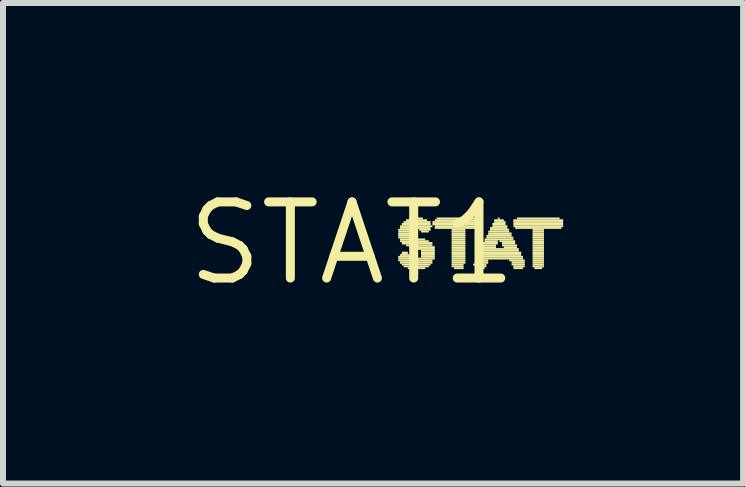
<source format=kicad_pcb>
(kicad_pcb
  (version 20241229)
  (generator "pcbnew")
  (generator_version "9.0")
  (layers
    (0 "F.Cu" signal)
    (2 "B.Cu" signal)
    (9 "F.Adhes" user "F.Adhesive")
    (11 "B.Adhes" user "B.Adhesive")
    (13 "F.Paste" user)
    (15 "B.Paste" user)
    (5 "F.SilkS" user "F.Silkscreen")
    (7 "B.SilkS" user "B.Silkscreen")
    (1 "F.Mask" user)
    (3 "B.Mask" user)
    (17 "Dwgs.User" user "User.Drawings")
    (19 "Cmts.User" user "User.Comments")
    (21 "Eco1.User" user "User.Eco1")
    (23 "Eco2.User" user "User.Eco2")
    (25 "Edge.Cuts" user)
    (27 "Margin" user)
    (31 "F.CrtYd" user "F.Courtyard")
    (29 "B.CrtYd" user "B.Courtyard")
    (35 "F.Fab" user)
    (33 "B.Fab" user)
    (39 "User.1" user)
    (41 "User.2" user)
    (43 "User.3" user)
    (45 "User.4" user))
  (footprint "STAT1"
    (layer "F.Cu")
    (at 2.819 1.006)
    (property "Reference" "STAT1" (at 0 0 0) (unlocked yes) (layer "F.SilkS") (effects (font (size 1.27 1.27) (thickness 0.15))))
    (fp_poly (pts (xy 0.77 -0.21) (xy 1.02 -0.21) (xy 1.02 -0.24) (xy 0.77 -0.24)) (stroke (width 0) (type default)) (fill yes) (layer "F.SilkS"))
    (fp_poly (pts (xy 0.77 -0.18) (xy 0.99 -0.18) (xy 0.99 -0.21) (xy 0.77 -0.21)) (stroke (width 0) (type default)) (fill yes) (layer "F.SilkS"))
    (fp_poly (pts (xy 0.77 -0.14) (xy 0.99 -0.14) (xy 0.99 -0.18) (xy 0.77 -0.18)) (stroke (width 0) (type default)) (fill yes) (layer "F.SilkS"))
    (fp_poly (pts (xy 0.77 -0.11) (xy 1.02 -0.11) (xy 1.02 -0.14) (xy 0.77 -0.14)) (stroke (width 0) (type default)) (fill yes) (layer "F.SilkS"))
    (fp_poly (pts (xy 0.77 -0.08) (xy 1.09 -0.08) (xy 1.09 -0.11) (xy 0.77 -0.11)) (stroke (width 0) (type default)) (fill yes) (layer "F.SilkS"))
    (fp_poly (pts (xy 0.77 0.24) (xy 0.99 0.24) (xy 0.99 0.21) (xy 0.77 0.21)) (stroke (width 0) (type default)) (fill yes) (layer "F.SilkS"))
    (fp_poly (pts (xy 0.77 0.27) (xy 1.38 0.27) (xy 1.38 0.24) (xy 0.77 0.24)) (stroke (width 0) (type default)) (fill yes) (layer "F.SilkS"))
    (fp_poly (pts (xy 0.77 0.3) (xy 1.34 0.3) (xy 1.34 0.27) (xy 0.77 0.27)) (stroke (width 0) (type default)) (fill yes) (layer "F.SilkS"))
    (fp_poly (pts (xy 0.8 -0.27) (xy 1.34 -0.27) (xy 1.34 -0.3) (xy 0.8 -0.3)) (stroke (width 0) (type default)) (fill yes) (layer "F.SilkS"))
    (fp_poly (pts (xy 0.8 -0.24) (xy 1.31 -0.24) (xy 1.31 -0.27) (xy 0.8 -0.27)) (stroke (width 0) (type default)) (fill yes) (layer "F.SilkS"))
    (fp_poly (pts (xy 0.8 -0.05) (xy 1.22 -0.05) (xy 1.22 -0.08) (xy 0.8 -0.08)) (stroke (width 0) (type default)) (fill yes) (layer "F.SilkS"))
    (fp_poly (pts (xy 0.8 -0.02) (xy 1.28 -0.02) (xy 1.28 -0.05) (xy 0.8 -0.05)) (stroke (width 0) (type default)) (fill yes) (layer "F.SilkS"))
    (fp_poly (pts (xy 0.8 0.21) (xy 0.96 0.21) (xy 0.96 0.18) (xy 0.8 0.18)) (stroke (width 0) (type default)) (fill yes) (layer "F.SilkS"))
    (fp_poly (pts (xy 0.8 0.34) (xy 1.34 0.34) (xy 1.34 0.3) (xy 0.8 0.3)) (stroke (width 0) (type default)) (fill yes) (layer "F.SilkS"))
    (fp_poly (pts (xy 0.83 -0.3) (xy 1.31 -0.3) (xy 1.31 -0.34) (xy 0.83 -0.34)) (stroke (width 0) (type default)) (fill yes) (layer "F.SilkS"))
    (fp_poly (pts (xy 0.83 0.02) (xy 1.34 0.02) (xy 1.34 -0.02) (xy 0.83 -0.02)) (stroke (width 0) (type default)) (fill yes) (layer "F.SilkS"))
    (fp_poly (pts (xy 0.83 0.18) (xy 0.93 0.18) (xy 0.93 0.14) (xy 0.83 0.14)) (stroke (width 0) (type default)) (fill yes) (layer "F.SilkS"))
    (fp_poly (pts (xy 0.83 0.37) (xy 1.31 0.37) (xy 1.31 0.34) (xy 0.83 0.34)) (stroke (width 0) (type default)) (fill yes) (layer "F.SilkS"))
    (fp_poly (pts (xy 0.86 -0.34) (xy 1.31 -0.34) (xy 1.31 -0.37) (xy 0.86 -0.37)) (stroke (width 0) (type default)) (fill yes) (layer "F.SilkS"))
    (fp_poly (pts (xy 0.86 0.4) (xy 1.28 0.4) (xy 1.28 0.37) (xy 0.86 0.37)) (stroke (width 0) (type default)) (fill yes) (layer "F.SilkS"))
    (fp_poly (pts (xy 0.9 -0.37) (xy 1.25 -0.37) (xy 1.25 -0.4) (xy 0.9 -0.4)) (stroke (width 0) (type default)) (fill yes) (layer "F.SilkS"))
    (fp_poly (pts (xy 0.9 0.05) (xy 1.34 0.05) (xy 1.34 0.02) (xy 0.9 0.02)) (stroke (width 0) (type default)) (fill yes) (layer "F.SilkS"))
    (fp_poly (pts (xy 0.93 0.43) (xy 1.22 0.43) (xy 1.22 0.4) (xy 0.93 0.4)) (stroke (width 0) (type default)) (fill yes) (layer "F.SilkS"))
    (fp_poly (pts (xy 0.96 -0.4) (xy 1.18 -0.4) (xy 1.18 -0.43) (xy 0.96 -0.43)) (stroke (width 0) (type default)) (fill yes) (layer "F.SilkS"))
    (fp_poly (pts (xy 0.96 0.08) (xy 1.38 0.08) (xy 1.38 0.05) (xy 0.96 0.05)) (stroke (width 0) (type default)) (fill yes) (layer "F.SilkS"))
    (fp_poly (pts (xy 1.06 0.11) (xy 1.38 0.11) (xy 1.38 0.08) (xy 1.06 0.08)) (stroke (width 0) (type default)) (fill yes) (layer "F.SilkS"))
    (fp_poly (pts (xy 1.06 0.46) (xy 1.09 0.46) (xy 1.09 0.43) (xy 1.06 0.43)) (stroke (width 0) (type default)) (fill yes) (layer "F.SilkS"))
    (fp_poly (pts (xy 1.12 -0.21) (xy 1.31 -0.21) (xy 1.31 -0.24) (xy 1.12 -0.24)) (stroke (width 0) (type default)) (fill yes) (layer "F.SilkS"))
    (fp_poly (pts (xy 1.15 -0.18) (xy 1.28 -0.18) (xy 1.28 -0.21) (xy 1.15 -0.21)) (stroke (width 0) (type default)) (fill yes) (layer "F.SilkS"))
    (fp_poly (pts (xy 1.15 0.14) (xy 1.38 0.14) (xy 1.38 0.11) (xy 1.15 0.11)) (stroke (width 0) (type default)) (fill yes) (layer "F.SilkS"))
    (fp_poly (pts (xy 1.15 0.18) (xy 1.38 0.18) (xy 1.38 0.14) (xy 1.15 0.14)) (stroke (width 0) (type default)) (fill yes) (layer "F.SilkS"))
    (fp_poly (pts (xy 1.15 0.21) (xy 1.38 0.21) (xy 1.38 0.18) (xy 1.15 0.18)) (stroke (width 0) (type default)) (fill yes) (layer "F.SilkS"))
    (fp_poly (pts (xy 1.15 0.24) (xy 1.38 0.24) (xy 1.38 0.21) (xy 1.15 0.21)) (stroke (width 0) (type default)) (fill yes) (layer "F.SilkS"))
    (fp_poly (pts (xy 1.34 -0.34) (xy 2.18 -0.34) (xy 2.18 -0.37) (xy 1.34 -0.37)) (stroke (width 0) (type default)) (fill yes) (layer "F.SilkS"))
    (fp_poly (pts (xy 1.34 -0.3) (xy 2.18 -0.3) (xy 2.18 -0.34) (xy 1.34 -0.34)) (stroke (width 0) (type default)) (fill yes) (layer "F.SilkS"))
    (fp_poly (pts (xy 1.38 -0.37) (xy 2.18 -0.37) (xy 2.18 -0.4) (xy 1.38 -0.4)) (stroke (width 0) (type default)) (fill yes) (layer "F.SilkS"))
    (fp_poly (pts (xy 1.38 -0.27) (xy 2.18 -0.27) (xy 2.18 -0.3) (xy 1.38 -0.3)) (stroke (width 0) (type default)) (fill yes) (layer "F.SilkS"))
    (fp_poly (pts (xy 1.38 -0.24) (xy 2.14 -0.24) (xy 2.14 -0.27) (xy 1.38 -0.27)) (stroke (width 0) (type default)) (fill yes) (layer "F.SilkS"))
    (fp_poly (pts (xy 1.41 -0.4) (xy 2.11 -0.4) (xy 2.11 -0.43) (xy 1.41 -0.43)) (stroke (width 0) (type default)) (fill yes) (layer "F.SilkS"))
    (fp_poly (pts (xy 1.66 -0.21) (xy 1.89 -0.21) (xy 1.89 -0.24) (xy 1.66 -0.24)) (stroke (width 0) (type default)) (fill yes) (layer "F.SilkS"))
    (fp_poly (pts (xy 1.66 -0.18) (xy 1.89 -0.18) (xy 1.89 -0.21) (xy 1.66 -0.21)) (stroke (width 0) (type default)) (fill yes) (layer "F.SilkS"))
    (fp_poly (pts (xy 1.66 -0.14) (xy 1.89 -0.14) (xy 1.89 -0.18) (xy 1.66 -0.18)) (stroke (width 0) (type default)) (fill yes) (layer "F.SilkS"))
    (fp_poly (pts (xy 1.66 -0.11) (xy 1.89 -0.11) (xy 1.89 -0.14) (xy 1.66 -0.14)) (stroke (width 0) (type default)) (fill yes) (layer "F.SilkS"))
    (fp_poly (pts (xy 1.66 -0.08) (xy 1.89 -0.08) (xy 1.89 -0.11) (xy 1.66 -0.11)) (stroke (width 0) (type default)) (fill yes) (layer "F.SilkS"))
    (fp_poly (pts (xy 1.66 -0.05) (xy 1.89 -0.05) (xy 1.89 -0.08) (xy 1.66 -0.08)) (stroke (width 0) (type default)) (fill yes) (layer "F.SilkS"))
    (fp_poly (pts (xy 1.66 -0.02) (xy 1.89 -0.02) (xy 1.89 -0.05) (xy 1.66 -0.05)) (stroke (width 0) (type default)) (fill yes) (layer "F.SilkS"))
    (fp_poly (pts (xy 1.66 0.02) (xy 1.89 0.02) (xy 1.89 -0.02) (xy 1.66 -0.02)) (stroke (width 0) (type default)) (fill yes) (layer "F.SilkS"))
    (fp_poly (pts (xy 1.66 0.05) (xy 1.89 0.05) (xy 1.89 0.02) (xy 1.66 0.02)) (stroke (width 0) (type default)) (fill yes) (layer "F.SilkS"))
    (fp_poly (pts (xy 1.66 0.08) (xy 1.89 0.08) (xy 1.89 0.05) (xy 1.66 0.05)) (stroke (width 0) (type default)) (fill yes) (layer "F.SilkS"))
    (fp_poly (pts (xy 1.66 0.11) (xy 1.89 0.11) (xy 1.89 0.08) (xy 1.66 0.08)) (stroke (width 0) (type default)) (fill yes) (layer "F.SilkS"))
    (fp_poly (pts (xy 1.66 0.14) (xy 1.89 0.14) (xy 1.89 0.11) (xy 1.66 0.11)) (stroke (width 0) (type default)) (fill yes) (layer "F.SilkS"))
    (fp_poly (pts (xy 1.66 0.18) (xy 1.89 0.18) (xy 1.89 0.14) (xy 1.66 0.14)) (stroke (width 0) (type default)) (fill yes) (layer "F.SilkS"))
    (fp_poly (pts (xy 1.66 0.21) (xy 1.89 0.21) (xy 1.89 0.18) (xy 1.66 0.18)) (stroke (width 0) (type default)) (fill yes) (layer "F.SilkS"))
    (fp_poly (pts (xy 1.66 0.24) (xy 1.89 0.24) (xy 1.89 0.21) (xy 1.66 0.21)) (stroke (width 0) (type default)) (fill yes) (layer "F.SilkS"))
    (fp_poly (pts (xy 1.66 0.27) (xy 1.89 0.27) (xy 1.89 0.24) (xy 1.66 0.24)) (stroke (width 0) (type default)) (fill yes) (layer "F.SilkS"))
    (fp_poly (pts (xy 1.66 0.3) (xy 1.89 0.3) (xy 1.89 0.27) (xy 1.66 0.27)) (stroke (width 0) (type default)) (fill yes) (layer "F.SilkS"))
    (fp_poly (pts (xy 1.66 0.34) (xy 1.89 0.34) (xy 1.89 0.3) (xy 1.66 0.3)) (stroke (width 0) (type default)) (fill yes) (layer "F.SilkS"))
    (fp_poly (pts (xy 1.66 0.37) (xy 1.86 0.37) (xy 1.86 0.34) (xy 1.66 0.34)) (stroke (width 0) (type default)) (fill yes) (layer "F.SilkS"))
    (fp_poly (pts (xy 1.66 0.4) (xy 1.86 0.4) (xy 1.86 0.37) (xy 1.66 0.37)) (stroke (width 0) (type default)) (fill yes) (layer "F.SilkS"))
    (fp_poly (pts (xy 1.7 0.43) (xy 1.86 0.43) (xy 1.86 0.4) (xy 1.7 0.4)) (stroke (width 0) (type default)) (fill yes) (layer "F.SilkS"))
    (fp_poly (pts (xy 2.02 0.37) (xy 2.24 0.37) (xy 2.24 0.34) (xy 2.02 0.34)) (stroke (width 0) (type default)) (fill yes) (layer "F.SilkS"))
    (fp_poly (pts (xy 2.05 0.27) (xy 2.85 0.27) (xy 2.85 0.24) (xy 2.05 0.24)) (stroke (width 0) (type default)) (fill yes) (layer "F.SilkS"))
    (fp_poly (pts (xy 2.05 0.3) (xy 2.27 0.3) (xy 2.27 0.27) (xy 2.05 0.27)) (stroke (width 0) (type default)) (fill yes) (layer "F.SilkS"))
    (fp_poly (pts (xy 2.05 0.34) (xy 2.27 0.34) (xy 2.27 0.3) (xy 2.05 0.3)) (stroke (width 0) (type default)) (fill yes) (layer "F.SilkS"))
    (fp_poly (pts (xy 2.05 0.4) (xy 2.24 0.4) (xy 2.24 0.37) (xy 2.05 0.37)) (stroke (width 0) (type default)) (fill yes) (layer "F.SilkS"))
    (fp_poly (pts (xy 2.08 0.21) (xy 2.82 0.21) (xy 2.82 0.18) (xy 2.08 0.18)) (stroke (width 0) (type default)) (fill yes) (layer "F.SilkS"))
    (fp_poly (pts (xy 2.08 0.24) (xy 2.85 0.24) (xy 2.85 0.21) (xy 2.08 0.21)) (stroke (width 0) (type default)) (fill yes) (layer "F.SilkS"))
    (fp_poly (pts (xy 2.08 0.43) (xy 2.21 0.43) (xy 2.21 0.4) (xy 2.08 0.4)) (stroke (width 0) (type default)) (fill yes) (layer "F.SilkS"))
    (fp_poly (pts (xy 2.11 0.14) (xy 2.78 0.14) (xy 2.78 0.11) (xy 2.11 0.11)) (stroke (width 0) (type default)) (fill yes) (layer "F.SilkS"))
    (fp_poly (pts (xy 2.11 0.18) (xy 2.82 0.18) (xy 2.82 0.14) (xy 2.11 0.14)) (stroke (width 0) (type default)) (fill yes) (layer "F.SilkS"))
    (fp_poly (pts (xy 2.14 0.08) (xy 2.4 0.08) (xy 2.4 0.05) (xy 2.14 0.05)) (stroke (width 0) (type default)) (fill yes) (layer "F.SilkS"))
    (fp_poly (pts (xy 2.14 0.11) (xy 2.78 0.11) (xy 2.78 0.08) (xy 2.14 0.08)) (stroke (width 0) (type default)) (fill yes) (layer "F.SilkS"))
    (fp_poly (pts (xy 2.18 0.02) (xy 2.43 0.02) (xy 2.43 -0.02) (xy 2.18 -0.02)) (stroke (width 0) (type default)) (fill yes) (layer "F.SilkS"))
    (fp_poly (pts (xy 2.18 0.05) (xy 2.4 0.05) (xy 2.4 0.02) (xy 2.18 0.02)) (stroke (width 0) (type default)) (fill yes) (layer "F.SilkS"))
    (fp_poly (pts (xy 2.21 -0.05) (xy 2.69 -0.05) (xy 2.69 -0.08) (xy 2.21 -0.08)) (stroke (width 0) (type default)) (fill yes) (layer "F.SilkS"))
    (fp_poly (pts (xy 2.21 -0.02) (xy 2.43 -0.02) (xy 2.43 -0.05) (xy 2.21 -0.05)) (stroke (width 0) (type default)) (fill yes) (layer "F.SilkS"))
    (fp_poly (pts (xy 2.24 -0.11) (xy 2.66 -0.11) (xy 2.66 -0.14) (xy 2.24 -0.14)) (stroke (width 0) (type default)) (fill yes) (layer "F.SilkS"))
    (fp_poly (pts (xy 2.24 -0.08) (xy 2.69 -0.08) (xy 2.69 -0.11) (xy 2.24 -0.11)) (stroke (width 0) (type default)) (fill yes) (layer "F.SilkS"))
    (fp_poly (pts (xy 2.27 -0.18) (xy 2.62 -0.18) (xy 2.62 -0.21) (xy 2.27 -0.21)) (stroke (width 0) (type default)) (fill yes) (layer "F.SilkS"))
    (fp_poly (pts (xy 2.27 -0.14) (xy 2.66 -0.14) (xy 2.66 -0.18) (xy 2.27 -0.18)) (stroke (width 0) (type default)) (fill yes) (layer "F.SilkS"))
    (fp_poly (pts (xy 2.3 -0.24) (xy 2.59 -0.24) (xy 2.59 -0.27) (xy 2.3 -0.27)) (stroke (width 0) (type default)) (fill yes) (layer "F.SilkS"))
    (fp_poly (pts (xy 2.3 -0.21) (xy 2.62 -0.21) (xy 2.62 -0.24) (xy 2.3 -0.24)) (stroke (width 0) (type default)) (fill yes) (layer "F.SilkS"))
    (fp_poly (pts (xy 2.34 -0.3) (xy 2.56 -0.3) (xy 2.56 -0.34) (xy 2.34 -0.34)) (stroke (width 0) (type default)) (fill yes) (layer "F.SilkS"))
    (fp_poly (pts (xy 2.34 -0.27) (xy 2.59 -0.27) (xy 2.59 -0.3) (xy 2.34 -0.3)) (stroke (width 0) (type default)) (fill yes) (layer "F.SilkS"))
    (fp_poly (pts (xy 2.37 -0.37) (xy 2.53 -0.37) (xy 2.53 -0.4) (xy 2.37 -0.4)) (stroke (width 0) (type default)) (fill yes) (layer "F.SilkS"))
    (fp_poly (pts (xy 2.37 -0.34) (xy 2.56 -0.34) (xy 2.56 -0.37) (xy 2.37 -0.37)) (stroke (width 0) (type default)) (fill yes) (layer "F.SilkS"))
    (fp_poly (pts (xy 2.43 -0.4) (xy 2.46 -0.4) (xy 2.46 -0.43) (xy 2.43 -0.43)) (stroke (width 0) (type default)) (fill yes) (layer "F.SilkS"))
    (fp_poly (pts (xy 2.46 -0.02) (xy 2.72 -0.02) (xy 2.72 -0.05) (xy 2.46 -0.05)) (stroke (width 0) (type default)) (fill yes) (layer "F.SilkS"))
    (fp_poly (pts (xy 2.5 0.02) (xy 2.72 0.02) (xy 2.72 -0.02) (xy 2.5 -0.02)) (stroke (width 0) (type default)) (fill yes) (layer "F.SilkS"))
    (fp_poly (pts (xy 2.5 0.05) (xy 2.75 0.05) (xy 2.75 0.02) (xy 2.5 0.02)) (stroke (width 0) (type default)) (fill yes) (layer "F.SilkS"))
    (fp_poly (pts (xy 2.53 0.08) (xy 2.75 0.08) (xy 2.75 0.05) (xy 2.53 0.05)) (stroke (width 0) (type default)) (fill yes) (layer "F.SilkS"))
    (fp_poly (pts (xy 2.62 0.3) (xy 2.88 0.3) (xy 2.88 0.27) (xy 2.62 0.27)) (stroke (width 0) (type default)) (fill yes) (layer "F.SilkS"))
    (fp_poly (pts (xy 2.66 0.34) (xy 2.88 0.34) (xy 2.88 0.3) (xy 2.66 0.3)) (stroke (width 0) (type default)) (fill yes) (layer "F.SilkS"))
    (fp_poly (pts (xy 2.66 0.37) (xy 2.88 0.37) (xy 2.88 0.34) (xy 2.66 0.34)) (stroke (width 0) (type default)) (fill yes) (layer "F.SilkS"))
    (fp_poly (pts (xy 2.69 -0.37) (xy 3.52 -0.37) (xy 3.52 -0.4) (xy 2.69 -0.4)) (stroke (width 0) (type default)) (fill yes) (layer "F.SilkS"))
    (fp_poly (pts (xy 2.69 -0.34) (xy 3.52 -0.34) (xy 3.52 -0.37) (xy 2.69 -0.37)) (stroke (width 0) (type default)) (fill yes) (layer "F.SilkS"))
    (fp_poly (pts (xy 2.69 -0.3) (xy 3.52 -0.3) (xy 3.52 -0.34) (xy 2.69 -0.34)) (stroke (width 0) (type default)) (fill yes) (layer "F.SilkS"))
    (fp_poly (pts (xy 2.69 -0.27) (xy 3.52 -0.27) (xy 3.52 -0.3) (xy 2.69 -0.3)) (stroke (width 0) (type default)) (fill yes) (layer "F.SilkS"))
    (fp_poly (pts (xy 2.69 0.4) (xy 2.88 0.4) (xy 2.88 0.37) (xy 2.69 0.37)) (stroke (width 0) (type default)) (fill yes) (layer "F.SilkS"))
    (fp_poly (pts (xy 2.69 0.43) (xy 2.85 0.43) (xy 2.85 0.4) (xy 2.69 0.4)) (stroke (width 0) (type default)) (fill yes) (layer "F.SilkS"))
    (fp_poly (pts (xy 2.72 -0.24) (xy 3.49 -0.24) (xy 3.49 -0.27) (xy 2.72 -0.27)) (stroke (width 0) (type default)) (fill yes) (layer "F.SilkS"))
    (fp_poly (pts (xy 2.75 -0.4) (xy 3.46 -0.4) (xy 3.46 -0.43) (xy 2.75 -0.43)) (stroke (width 0) (type default)) (fill yes) (layer "F.SilkS"))
    (fp_poly (pts (xy 3.01 -0.21) (xy 3.2 -0.21) (xy 3.2 -0.24) (xy 3.01 -0.24)) (stroke (width 0) (type default)) (fill yes) (layer "F.SilkS"))
    (fp_poly (pts (xy 3.01 -0.18) (xy 3.2 -0.18) (xy 3.2 -0.21) (xy 3.01 -0.21)) (stroke (width 0) (type default)) (fill yes) (layer "F.SilkS"))
    (fp_poly (pts (xy 3.01 -0.14) (xy 3.2 -0.14) (xy 3.2 -0.18) (xy 3.01 -0.18)) (stroke (width 0) (type default)) (fill yes) (layer "F.SilkS"))
    (fp_poly (pts (xy 3.01 -0.11) (xy 3.2 -0.11) (xy 3.2 -0.14) (xy 3.01 -0.14)) (stroke (width 0) (type default)) (fill yes) (layer "F.SilkS"))
    (fp_poly (pts (xy 3.01 -0.08) (xy 3.2 -0.08) (xy 3.2 -0.11) (xy 3.01 -0.11)) (stroke (width 0) (type default)) (fill yes) (layer "F.SilkS"))
    (fp_poly (pts (xy 3.01 -0.05) (xy 3.2 -0.05) (xy 3.2 -0.08) (xy 3.01 -0.08)) (stroke (width 0) (type default)) (fill yes) (layer "F.SilkS"))
    (fp_poly (pts (xy 3.01 -0.02) (xy 3.2 -0.02) (xy 3.2 -0.05) (xy 3.01 -0.05)) (stroke (width 0) (type default)) (fill yes) (layer "F.SilkS"))
    (fp_poly (pts (xy 3.01 0.02) (xy 3.2 0.02) (xy 3.2 -0.02) (xy 3.01 -0.02)) (stroke (width 0) (type default)) (fill yes) (layer "F.SilkS"))
    (fp_poly (pts (xy 3.01 0.05) (xy 3.2 0.05) (xy 3.2 0.02) (xy 3.01 0.02)) (stroke (width 0) (type default)) (fill yes) (layer "F.SilkS"))
    (fp_poly (pts (xy 3.01 0.08) (xy 3.2 0.08) (xy 3.2 0.05) (xy 3.01 0.05)) (stroke (width 0) (type default)) (fill yes) (layer "F.SilkS"))
    (fp_poly (pts (xy 3.01 0.11) (xy 3.2 0.11) (xy 3.2 0.08) (xy 3.01 0.08)) (stroke (width 0) (type default)) (fill yes) (layer "F.SilkS"))
    (fp_poly (pts (xy 3.01 0.14) (xy 3.2 0.14) (xy 3.2 0.11) (xy 3.01 0.11)) (stroke (width 0) (type default)) (fill yes) (layer "F.SilkS"))
    (fp_poly (pts (xy 3.01 0.18) (xy 3.2 0.18) (xy 3.2 0.14) (xy 3.01 0.14)) (stroke (width 0) (type default)) (fill yes) (layer "F.SilkS"))
    (fp_poly (pts (xy 3.01 0.21) (xy 3.2 0.21) (xy 3.2 0.18) (xy 3.01 0.18)) (stroke (width 0) (type default)) (fill yes) (layer "F.SilkS"))
    (fp_poly (pts (xy 3.01 0.24) (xy 3.2 0.24) (xy 3.2 0.21) (xy 3.01 0.21)) (stroke (width 0) (type default)) (fill yes) (layer "F.SilkS"))
    (fp_poly (pts (xy 3.01 0.27) (xy 3.2 0.27) (xy 3.2 0.24) (xy 3.01 0.24)) (stroke (width 0) (type default)) (fill yes) (layer "F.SilkS"))
    (fp_poly (pts (xy 3.01 0.3) (xy 3.2 0.3) (xy 3.2 0.27) (xy 3.01 0.27)) (stroke (width 0) (type default)) (fill yes) (layer "F.SilkS"))
    (fp_poly (pts (xy 3.01 0.34) (xy 3.2 0.34) (xy 3.2 0.3) (xy 3.01 0.3)) (stroke (width 0) (type default)) (fill yes) (layer "F.SilkS"))
    (fp_poly (pts (xy 3.01 0.37) (xy 3.2 0.37) (xy 3.2 0.34) (xy 3.01 0.34)) (stroke (width 0) (type default)) (fill yes) (layer "F.SilkS"))
    (fp_poly (pts (xy 3.01 0.4) (xy 3.2 0.4) (xy 3.2 0.37) (xy 3.01 0.37)) (stroke (width 0) (type default)) (fill yes) (layer "F.SilkS"))
    (fp_poly (pts (xy 3.04 0.43) (xy 3.17 0.43) (xy 3.17 0.4) (xy 3.04 0.4)) (stroke (width 0) (type default)) (fill yes) (layer "F.SilkS")))
  (gr_rect
    (start -3 -3)
    (end 9.339 5.012)
    (stroke (width 0.1) (type default))
    (fill no)
    (layer "Edge.Cuts")))
</source>
